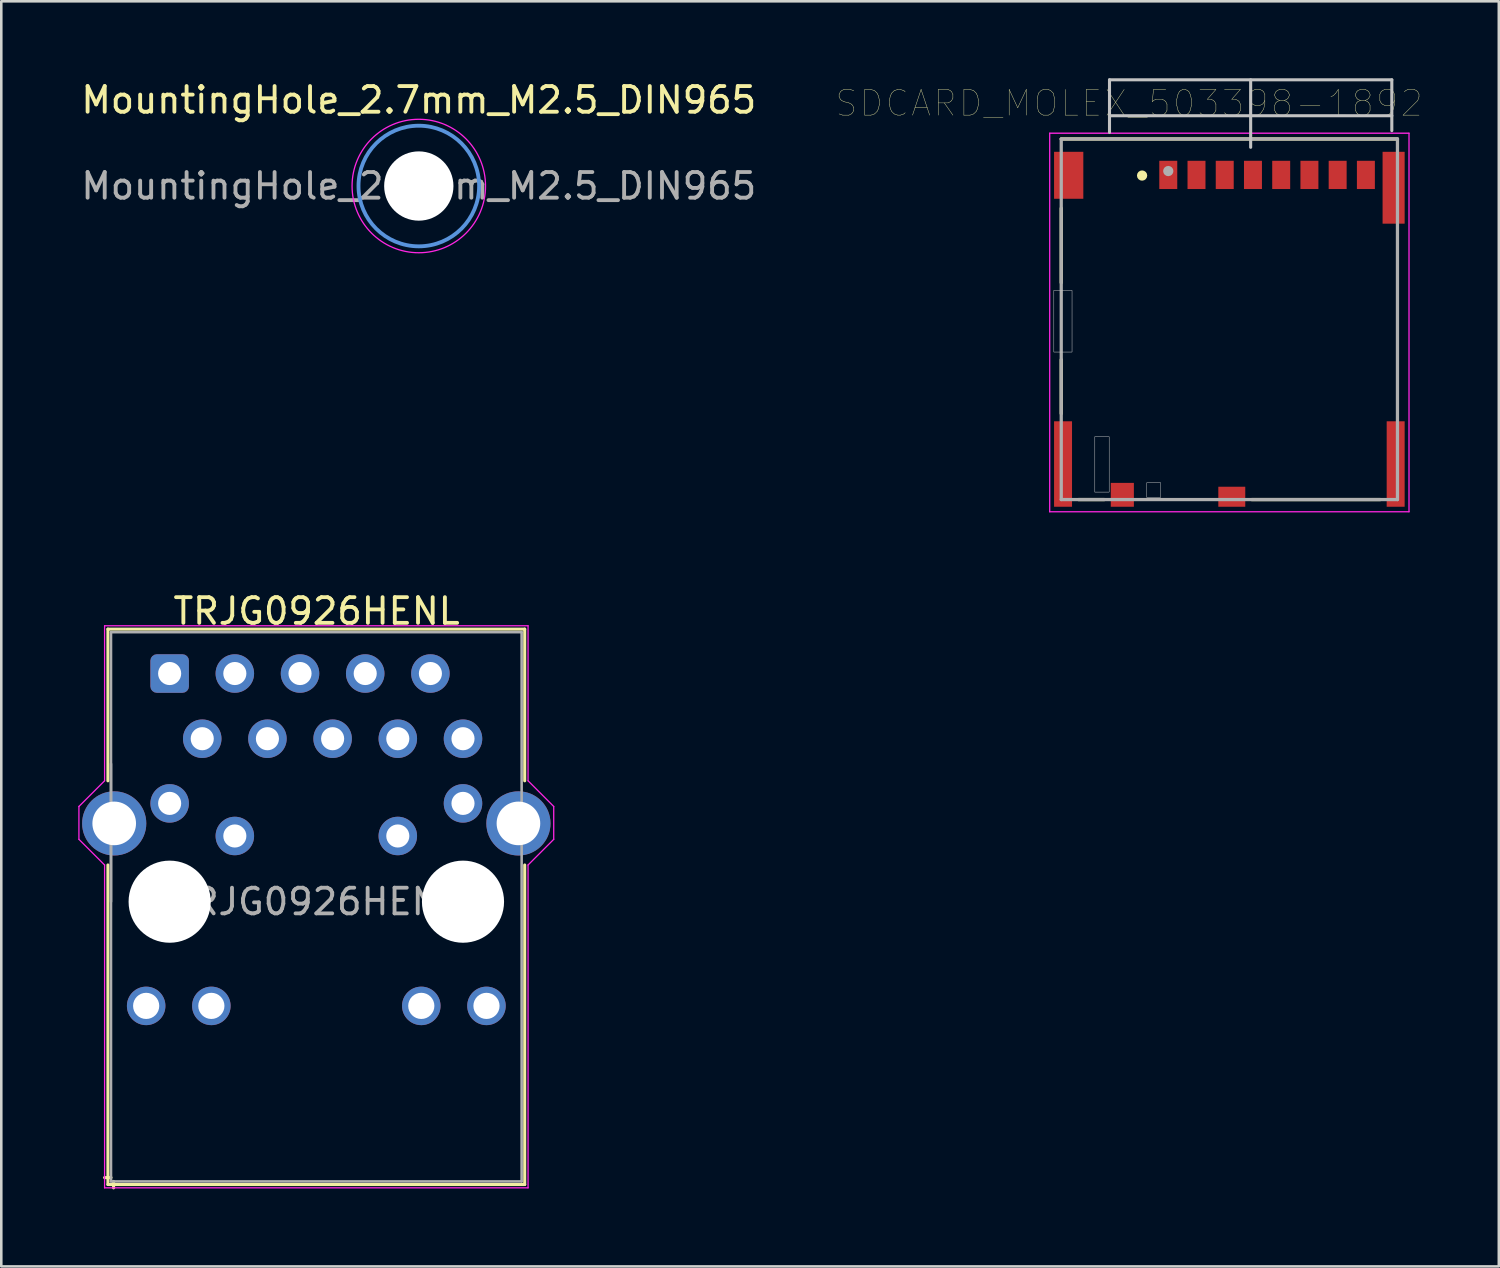
<source format=kicad_pcb>
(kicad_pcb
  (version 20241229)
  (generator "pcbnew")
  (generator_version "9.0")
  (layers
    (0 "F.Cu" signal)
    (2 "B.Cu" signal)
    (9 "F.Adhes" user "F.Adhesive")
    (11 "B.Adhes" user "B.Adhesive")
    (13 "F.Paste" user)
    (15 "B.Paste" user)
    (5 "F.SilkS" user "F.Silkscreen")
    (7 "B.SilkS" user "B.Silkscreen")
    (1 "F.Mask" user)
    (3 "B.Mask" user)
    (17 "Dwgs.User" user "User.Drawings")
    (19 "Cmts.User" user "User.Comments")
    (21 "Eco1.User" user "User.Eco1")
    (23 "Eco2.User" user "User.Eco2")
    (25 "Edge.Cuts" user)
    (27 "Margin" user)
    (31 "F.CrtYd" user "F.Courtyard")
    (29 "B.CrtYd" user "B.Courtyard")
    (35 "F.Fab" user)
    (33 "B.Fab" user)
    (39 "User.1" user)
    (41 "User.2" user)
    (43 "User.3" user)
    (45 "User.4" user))
  (footprint "TRJG0926HENL"
    (layer "F.Cu")
    (at 9.275 32.083)
    (property "Reference" "TRJG0926HENL" (at 0.01 -11.32 0) (layer "F.SilkS") (effects (font (size 1 1) (thickness 0.15))))
    (attr through_hole)
    (fp_line (start -8.12 -10.62) (end -8.12 -4.71) (stroke (width 0.12) (type solid)) (layer "F.SilkS"))
    (fp_line (start -8.12 -10.62) (end 8.12 -10.62) (stroke (width 0.12) (type solid)) (layer "F.SilkS"))
    (fp_line (start -8.12 -1.43) (end -8.12 11.02) (stroke (width 0.12) (type solid)) (layer "F.SilkS"))
    (fp_line (start -8 10.75) (end -8.25 10.75) (stroke (width 0.12) (type solid)) (layer "F.SilkS"))
    (fp_line (start -7.9 10.9) (end -7.9 11.15) (stroke (width 0.12) (type solid)) (layer "F.SilkS"))
    (fp_line (start 8.12 -10.62) (end 8.12 -4.71) (stroke (width 0.12) (type solid)) (layer "F.SilkS"))
    (fp_line (start 8.12 -1.43) (end 8.12 11.02) (stroke (width 0.12) (type solid)) (layer "F.SilkS"))
    (fp_line (start 8.12 11.02) (end -8.12 11.02) (stroke (width 0.12) (type solid)) (layer "F.SilkS"))
    (fp_line (start -9.25 -2.43) (end -9.25 -3.71) (stroke (width 0.05) (type solid)) (layer "F.CrtYd"))
    (fp_line (start -9.25 -2.43) (end -8.25 -1.43) (stroke (width 0.05) (type solid)) (layer "F.CrtYd"))
    (fp_line (start -8.25 -10.75) (end 8.25 -10.75) (stroke (width 0.05) (type solid)) (layer "F.CrtYd"))
    (fp_line (start -8.25 -4.71) (end -9.25 -3.71) (stroke (width 0.05) (type solid)) (layer "F.CrtYd"))
    (fp_line (start -8.25 -4.71) (end -8.25 -10.75) (stroke (width 0.05) (type solid)) (layer "F.CrtYd"))
    (fp_line (start -8.25 -1.43) (end -8.25 11.15) (stroke (width 0.05) (type solid)) (layer "F.CrtYd"))
    (fp_line (start -8.25 11.15) (end 8.25 11.15) (stroke (width 0.05) (type solid)) (layer "F.CrtYd"))
    (fp_line (start 8.25 -4.71) (end 8.25 -10.75) (stroke (width 0.05) (type solid)) (layer "F.CrtYd"))
    (fp_line (start 8.25 -4.71) (end 9.25 -3.71) (stroke (width 0.05) (type solid)) (layer "F.CrtYd"))
    (fp_line (start 8.25 -1.43) (end 8.25 11.15) (stroke (width 0.05) (type solid)) (layer "F.CrtYd"))
    (fp_line (start 9.25 -2.43) (end 8.25 -1.43) (stroke (width 0.05) (type solid)) (layer "F.CrtYd"))
    (fp_line (start 9.25 -2.43) (end 9.25 -3.71) (stroke (width 0.05) (type solid)) (layer "F.CrtYd"))
    (fp_line (start -8 -10.5) (end -8 0) (stroke (width 0.1) (type solid)) (layer "F.Fab"))
    (fp_line (start -8 -10.5) (end 8 -10.5) (stroke (width 0.1) (type solid)) (layer "F.Fab"))
    (fp_line (start -8 -5.37) (end -8 10.9) (stroke (width 0.1) (type solid)) (layer "F.Fab"))
    (fp_line (start -8 10.9) (end 8 10.9) (stroke (width 0.1) (type solid)) (layer "F.Fab"))
    (fp_line (start 8 -10.5) (end 8 10.9) (stroke (width 0.1) (type solid)) (layer "F.Fab"))
    (fp_text user "${REFERENCE}" (at 0 0 0) (layer "F.Fab") (effects (font (size 1 1) (thickness 0.15))))
    (pad "" np_thru_hole circle (at -5.715 0) (size 3.2 3.2) (drill 3.2) (layers "*.Cu" "*.Mask"))
    (pad "" np_thru_hole circle (at 5.715 0) (size 3.2 3.2) (drill 3.2) (layers "*.Cu" "*.Mask"))
    (pad "1" thru_hole roundrect (at -5.715 -8.89) (size 1.5 1.5) (drill 0.9) (layers "*.Cu" "*.Mask") (roundrect_rratio 0.167))
    (pad "2" thru_hole circle (at -4.445 -6.35) (size 1.5 1.5) (drill 0.9) (layers "*.Cu" "*.Mask"))
    (pad "3" thru_hole circle (at -3.175 -8.89) (size 1.5 1.5) (drill 0.9) (layers "*.Cu" "*.Mask"))
    (pad "4" thru_hole circle (at -1.905 -6.35) (size 1.5 1.5) (drill 0.9) (layers "*.Cu" "*.Mask"))
    (pad "5" thru_hole circle (at -0.635 -8.89) (size 1.5 1.5) (drill 0.9) (layers "*.Cu" "*.Mask"))
    (pad "6" thru_hole circle (at 0.635 -6.35 90) (size 1.5 1.5) (drill 0.9) (layers "*.Cu" "*.Mask"))
    (pad "7" thru_hole circle (at 1.905 -8.89) (size 1.5 1.5) (drill 0.9) (layers "*.Cu" "*.Mask"))
    (pad "8" thru_hole circle (at 3.175 -6.35) (size 1.5 1.5) (drill 0.9) (layers "*.Cu" "*.Mask"))
    (pad "9" thru_hole circle (at 4.445 -8.89) (size 1.5 1.5) (drill 0.9) (layers "*.Cu" "*.Mask"))
    (pad "10" thru_hole circle (at 5.715 -6.35) (size 1.5 1.5) (drill 0.9) (layers "*.Cu" "*.Mask"))
    (pad "11" thru_hole circle (at -5.715 -3.83) (size 1.5 1.5) (drill 0.9) (layers "*.Cu" "*.Mask"))
    (pad "12" thru_hole circle (at -3.175 -2.56) (size 1.5 1.5) (drill 0.9) (layers "*.Cu" "*.Mask"))
    (pad "13" thru_hole circle (at 3.175 -2.56) (size 1.5 1.5) (drill 0.9) (layers "*.Cu" "*.Mask"))
    (pad "14" thru_hole circle (at 5.715 -3.83) (size 1.5 1.5) (drill 0.9) (layers "*.Cu" "*.Mask"))
    (pad "15" thru_hole circle (at -6.63 4.06) (size 1.5 1.5) (drill 1.02) (layers "*.Cu" "*.Mask"))
    (pad "16" thru_hole circle (at -4.09 4.06) (size 1.5 1.5) (drill 1.02) (layers "*.Cu" "*.Mask"))
    (pad "17" thru_hole circle (at 4.09 4.06) (size 1.5 1.5) (drill 1.02) (layers "*.Cu" "*.Mask"))
    (pad "18" thru_hole circle (at 6.63 4.06) (size 1.5 1.5) (drill 1.02) (layers "*.Cu" "*.Mask"))
    (pad "19" thru_hole circle (at -7.875 -3.05) (size 2.5 2.5) (drill 1.7) (layers "*.Cu" "*.Mask"))
    (pad "20" thru_hole circle (at 7.875 -3.05) (size 2.5 2.5) (drill 1.7) (layers "*.Cu" "*.Mask")))
  (footprint "SDCARD_MOLEX_503398-1892"
    (layer "F.Cu")
    (at 44.85 9.39)
    (property "Reference" "SDCARD_MOLEX_503398-1892" (at -3.908 -8.416 0) (layer "F.SilkS") (effects (font (size 1.001 1.001) (thickness 0.015))))
    (attr smd)
    (fp_line (start -6.55 -7.025) (end 6.55 -7.025) (stroke (width 0.127) (type solid)) (layer "F.SilkS"))
    (fp_line (start -6.55 -4.325) (end -6.55 -1.425) (stroke (width 0.127) (type solid)) (layer "F.SilkS"))
    (fp_line (start -6.55 1.575) (end -6.55 3.675) (stroke (width 0.127) (type solid)) (layer "F.SilkS"))
    (fp_line (start -5.876 7.025) (end -4.874 7.025) (stroke (width 0.127) (type solid)) (layer "F.SilkS"))
    (fp_line (start 0.874 7.025) (end 5.876 7.025) (stroke (width 0.127) (type solid)) (layer "F.SilkS"))
    (fp_circle (center -3.4 -5.6) (end -3.3 -5.6) (stroke (width 0.2) (type solid)) (fill no) (layer "F.SilkS"))
    (fp_line (start -4.67 -9.33) (end -4.67 -7.28) (stroke (width 0.12) (type solid)) (layer "Dwgs.User"))
    (fp_line (start -4.67 -9.33) (end 6.33 -9.33) (stroke (width 0.12) (type solid)) (layer "Dwgs.User"))
    (fp_line (start -4.67 -7.93) (end 6.33 -7.93) (stroke (width 0.12) (type solid)) (layer "Dwgs.User"))
    (fp_line (start 0.83 -6.7) (end 0.83 -9.33) (stroke (width 0.12) (type solid)) (layer "Dwgs.User"))
    (fp_line (start 6.33 -9.33) (end 6.33 -7.35) (stroke (width 0.12) (type solid)) (layer "Dwgs.User"))
    (fp_poly (pts (xy -6.842 -1.125) (xy -6.13 -1.125) (xy -6.13 1.277) (xy -6.842 1.277)) (stroke (width 0.01) (type solid)) (fill no) (layer "Dwgs.User"))
    (fp_poly (pts (xy -6.836 -1.125) (xy -6.13 -1.125) (xy -6.13 1.276) (xy -6.836 1.276)) (stroke (width 0.01) (type solid)) (fill no) (layer "Dwgs.User"))
    (fp_poly (pts (xy -5.245 4.575) (xy -4.685 4.575) (xy -4.685 6.738) (xy -5.245 6.738)) (stroke (width 0.01) (type solid)) (fill no) (layer "Dwgs.User"))
    (fp_poly (pts (xy -5.239 4.575) (xy -4.685 4.575) (xy -4.685 6.73) (xy -5.239 6.73)) (stroke (width 0.01) (type solid)) (fill no) (layer "Dwgs.User"))
    (fp_poly (pts (xy -3.225 6.375) (xy -2.67 6.375) (xy -2.67 6.937) (xy -3.225 6.937)) (stroke (width 0.01) (type solid)) (fill no) (layer "Dwgs.User"))
    (fp_poly (pts (xy -3.223 6.375) (xy -2.67 6.375) (xy -2.67 6.93) (xy -3.223 6.93)) (stroke (width 0.01) (type solid)) (fill no) (layer "Dwgs.User"))
    (fp_poly (pts (xy -3.17 -3.725) (xy -3.17 1.275) (xy -3.82 1.275) (xy -3.82 3.875) (xy 0.57 3.875) (xy 0.57 5.125) (xy -1.73 5.125) (xy -1.73 7.305) (xy -0.43 7.305) (xy -0.43 6.525) (xy 6.13 6.525) (xy 6.13 3.975) (xy 6.83 3.975) (xy 6.83 -3.725)) (stroke (width 0.0001) (type solid)) (fill no) (layer "Dwgs.User"))
    (fp_poly (pts (xy -3.17 -3.725) (xy -3.17 1.275) (xy -3.82 1.275) (xy -3.82 3.875) (xy 0.57 3.875) (xy 0.57 5.125) (xy -1.73 5.125) (xy -1.73 7.305) (xy -0.43 7.305) (xy -0.43 6.525) (xy 6.13 6.525) (xy 6.13 3.975) (xy 6.83 3.975) (xy 6.83 -3.725)) (stroke (width 0.0001) (type solid)) (fill no) (layer "Dwgs.User"))
    (fp_line (start -7 -7.25) (end 7 -7.25) (stroke (width 0.05) (type solid)) (layer "F.CrtYd"))
    (fp_line (start -7 7.5) (end -7 -7.25) (stroke (width 0.05) (type solid)) (layer "F.CrtYd"))
    (fp_line (start 7 -7.25) (end 7 7.5) (stroke (width 0.05) (type solid)) (layer "F.CrtYd"))
    (fp_line (start 7 7.5) (end -7 7.5) (stroke (width 0.05) (type solid)) (layer "F.CrtYd"))
    (fp_line (start -6.55 -7.025) (end 6.55 -7.025) (stroke (width 0.127) (type solid)) (layer "F.Fab"))
    (fp_line (start -6.55 7.025) (end -6.55 -7.025) (stroke (width 0.127) (type solid)) (layer "F.Fab"))
    (fp_line (start 6.55 -7.025) (end 6.55 7.025) (stroke (width 0.127) (type solid)) (layer "F.Fab"))
    (fp_line (start 6.55 7.025) (end -6.55 7.025) (stroke (width 0.127) (type solid)) (layer "F.Fab"))
    (fp_circle (center -2.38 -5.775) (end -2.28 -5.775) (stroke (width 0.2) (type solid)) (fill no) (layer "F.Fab"))
    (pad "1" smd rect (at -2.38 -5.625) (size 0.7 1.1) (layers "F.Cu" "F.Mask" "F.Paste"))
    (pad "2" smd rect (at -1.28 -5.625) (size 0.7 1.1) (layers "F.Cu" "F.Mask" "F.Paste"))
    (pad "3" smd rect (at -0.18 -5.625) (size 0.7 1.1) (layers "F.Cu" "F.Mask" "F.Paste"))
    (pad "4" smd rect (at 0.92 -5.625) (size 0.7 1.1) (layers "F.Cu" "F.Mask" "F.Paste"))
    (pad "5" smd rect (at 2.02 -5.625) (size 0.7 1.1) (layers "F.Cu" "F.Mask" "F.Paste"))
    (pad "6" smd rect (at 3.12 -5.625) (size 0.7 1.1) (layers "F.Cu" "F.Mask" "F.Paste"))
    (pad "7" smd rect (at 4.22 -5.625) (size 0.7 1.1) (layers "F.Cu" "F.Mask" "F.Paste"))
    (pad "8" smd rect (at 5.32 -5.625) (size 0.7 1.1) (layers "F.Cu" "F.Mask" "F.Paste"))
    (pad "9" smd rect (at -4.17 6.84) (size 0.9 0.93) (layers "F.Cu" "F.Mask" "F.Paste"))
    (pad "10" smd rect (at 0.095 6.915) (size 1.05 0.78) (layers "F.Cu" "F.Mask" "F.Paste"))
    (pad "11" smd rect (at -6.48 5.64) (size 0.7 3.33) (layers "F.Cu" "F.Mask" "F.Paste"))
    (pad "11" smd rect (at -6.26 -5.61) (size 1.14 1.83) (layers "F.Cu" "F.Mask" "F.Paste"))
    (pad "11" smd rect (at 6.4 -5.125) (size 0.86 2.8) (layers "F.Cu" "F.Mask" "F.Paste"))
    (pad "11" smd rect (at 6.48 5.64) (size 0.7 3.33) (layers "F.Cu" "F.Mask" "F.Paste")))
  (footprint "MountingHole_2.7mm_M2.5_DIN965"
    (layer "F.Cu")
    (at 13.268 4.198)
    (property "Reference" "MountingHole_2.7mm_M2.5_DIN965" (at 0 -3.35 0) (layer "F.SilkS") (effects (font (size 1 1) (thickness 0.15))))
    (attr exclude_from_pos_files exclude_from_bom)
    (fp_circle (center 0 0) (end 2.35 0) (stroke (width 0.15) (type solid)) (fill no) (layer "Cmts.User"))
    (fp_circle (center 0 0) (end 2.6 0) (stroke (width 0.05) (type solid)) (fill no) (layer "F.CrtYd"))
    (fp_text user "${REFERENCE}" (at 0 0 0) (layer "F.Fab") (effects (font (size 1 1) (thickness 0.15))))
    (pad "" np_thru_hole circle (at 0 0) (size 2.7 2.7) (drill 2.7) (layers "*.Cu" "*.Mask")))
  (gr_rect
    (start -3 -3)
    (end 55.349 46.293)
    (stroke (width 0.1) (type default))
    (fill no)
    (layer "Edge.Cuts")))
</source>
